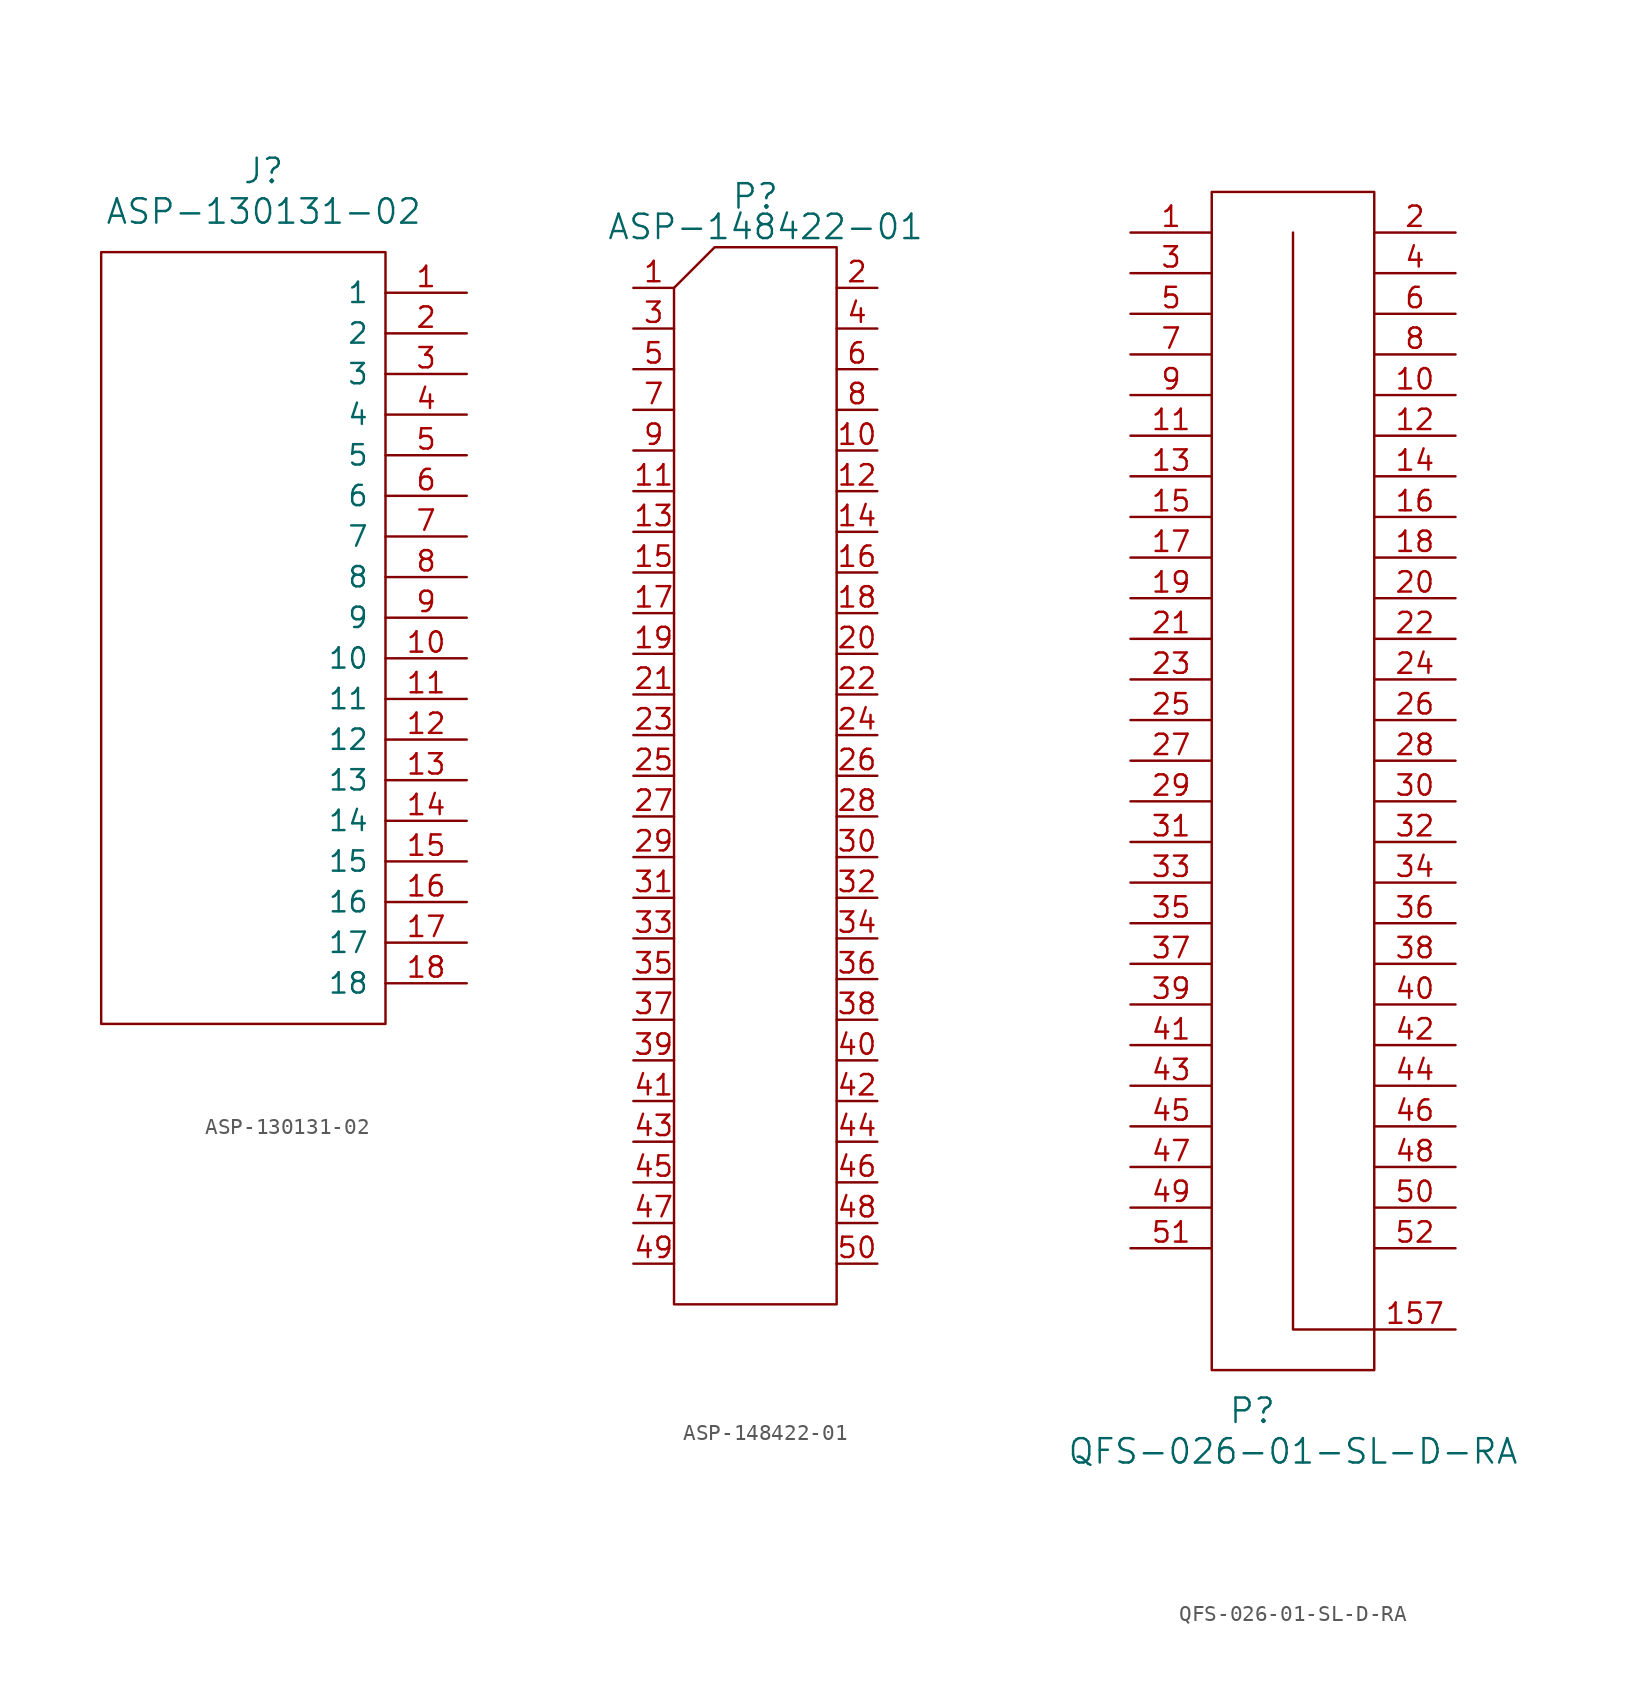
<source format=kicad_sym>
(kicad_symbol_lib
  (version 20220914)
  (generator kicad_symbol_editor)
  (symbol "ASP-130131-02"
    (pin_names
      (offset 1.016))
    (property "Reference" "J"
      (at 10.16 53.34 0)
      (effects (font (size 1.524 1.524))))
    (property "Value" "ASP-130131-02"
      (at 10.16 50.8 0)
      (effects (font (size 1.524 1.524))))
    (symbol "ASP-130131-02_0_1"
      (rectangle (start 0 0) (end 17.78 48.26) (stroke (width 0) (type solid)) (fill (type none))))
    (symbol "ASP-130131-02_1_1"
      (pin passive line (at 22.86 45.72 180) (length 5.08) (name "1" (effects (font (size 1.27 1.27)))) (number "1" (effects (font (size 1.27 1.27)))))
      (pin passive line (at 22.86 22.86 180) (length 5.08) (name "10" (effects (font (size 1.27 1.27)))) (number "10" (effects (font (size 1.27 1.27)))))
      (pin passive line (at 22.86 20.32 180) (length 5.08) (name "11" (effects (font (size 1.27 1.27)))) (number "11" (effects (font (size 1.27 1.27)))))
      (pin passive line (at 22.86 17.78 180) (length 5.08) (name "12" (effects (font (size 1.27 1.27)))) (number "12" (effects (font (size 1.27 1.27)))))
      (pin passive line (at 22.86 15.24 180) (length 5.08) (name "13" (effects (font (size 1.27 1.27)))) (number "13" (effects (font (size 1.27 1.27)))))
      (pin passive line (at 22.86 12.7 180) (length 5.08) (name "14" (effects (font (size 1.27 1.27)))) (number "14" (effects (font (size 1.27 1.27)))))
      (pin passive line (at 22.86 10.16 180) (length 5.08) (name "15" (effects (font (size 1.27 1.27)))) (number "15" (effects (font (size 1.27 1.27)))))
      (pin passive line (at 22.86 7.62 180) (length 5.08) (name "16" (effects (font (size 1.27 1.27)))) (number "16" (effects (font (size 1.27 1.27)))))
      (pin passive line (at 22.86 5.08 180) (length 5.08) (name "17" (effects (font (size 1.27 1.27)))) (number "17" (effects (font (size 1.27 1.27)))))
      (pin passive line (at 22.86 2.54 180) (length 5.08) (name "18" (effects (font (size 1.27 1.27)))) (number "18" (effects (font (size 1.27 1.27)))))
      (pin passive line (at 22.86 43.18 180) (length 5.08) (name "2" (effects (font (size 1.27 1.27)))) (number "2" (effects (font (size 1.27 1.27)))))
      (pin passive line (at 22.86 40.64 180) (length 5.08) (name "3" (effects (font (size 1.27 1.27)))) (number "3" (effects (font (size 1.27 1.27)))))
      (pin passive line (at 22.86 38.1 180) (length 5.08) (name "4" (effects (font (size 1.27 1.27)))) (number "4" (effects (font (size 1.27 1.27)))))
      (pin passive line (at 22.86 35.56 180) (length 5.08) (name "5" (effects (font (size 1.27 1.27)))) (number "5" (effects (font (size 1.27 1.27)))))
      (pin passive line (at 22.86 33.02 180) (length 5.08) (name "6" (effects (font (size 1.27 1.27)))) (number "6" (effects (font (size 1.27 1.27)))))
      (pin passive line (at 22.86 30.48 180) (length 5.08) (name "7" (effects (font (size 1.27 1.27)))) (number "7" (effects (font (size 1.27 1.27)))))
      (pin passive line (at 22.86 27.94 180) (length 5.08) (name "8" (effects (font (size 1.27 1.27)))) (number "8" (effects (font (size 1.27 1.27)))))
      (pin passive line (at 22.86 25.4 180) (length 5.08) (name "9" (effects (font (size 1.27 1.27)))) (number "9" (effects (font (size 1.27 1.27)))))))
  (symbol "ASP-148422-01"
    (pin_names
      (offset 1.016) hide)
    (property "Reference" "P"
      (at 5.08 69.215 0)
      (effects (font (size 1.524 1.524))))
    (property "Value" "ASP-148422-01"
      (at 5.715 67.31 0)
      (effects (font (size 1.524 1.524))))
    (symbol "ASP-148422-01_0_1"
      (polyline (pts (xy 0 2.54) (xy 0 0) (xy 10.16 0) (xy 10.16 66.04) (xy 2.54 66.04) (xy 0 63.5) (xy 0 2.54)) (stroke (width 0) (type solid)) (fill (type none))))
    (symbol "ASP-148422-01_1_1"
      (pin passive line (at -2.54 63.5 0) (length 2.54) (name "1" (effects (font (size 1.27 1.27)))) (number "1" (effects (font (size 1.27 1.27)))))
      (pin passive line (at 12.7 53.34 180) (length 2.54) (name "10" (effects (font (size 1.27 1.27)))) (number "10" (effects (font (size 1.27 1.27)))))
      (pin passive line (at -2.54 50.8 0) (length 2.54) (name "11" (effects (font (size 1.27 1.27)))) (number "11" (effects (font (size 1.27 1.27)))))
      (pin passive line (at 12.7 50.8 180) (length 2.54) (name "12" (effects (font (size 1.27 1.27)))) (number "12" (effects (font (size 1.27 1.27)))))
      (pin passive line (at -2.54 48.26 0) (length 2.54) (name "13" (effects (font (size 1.27 1.27)))) (number "13" (effects (font (size 1.27 1.27)))))
      (pin passive line (at 12.7 48.26 180) (length 2.54) (name "14" (effects (font (size 1.27 1.27)))) (number "14" (effects (font (size 1.27 1.27)))))
      (pin passive line (at -2.54 45.72 0) (length 2.54) (name "15" (effects (font (size 1.27 1.27)))) (number "15" (effects (font (size 1.27 1.27)))))
      (pin passive line (at 12.7 45.72 180) (length 2.54) (name "16" (effects (font (size 1.27 1.27)))) (number "16" (effects (font (size 1.27 1.27)))))
      (pin passive line (at -2.54 43.18 0) (length 2.54) (name "17" (effects (font (size 1.27 1.27)))) (number "17" (effects (font (size 1.27 1.27)))))
      (pin passive line (at 12.7 43.18 180) (length 2.54) (name "18" (effects (font (size 1.27 1.27)))) (number "18" (effects (font (size 1.27 1.27)))))
      (pin passive line (at -2.54 40.64 0) (length 2.54) (name "19" (effects (font (size 1.27 1.27)))) (number "19" (effects (font (size 1.27 1.27)))))
      (pin passive line (at 12.7 63.5 180) (length 2.54) (name "2" (effects (font (size 1.27 1.27)))) (number "2" (effects (font (size 1.27 1.27)))))
      (pin passive line (at 12.7 40.64 180) (length 2.54) (name "20" (effects (font (size 1.27 1.27)))) (number "20" (effects (font (size 1.27 1.27)))))
      (pin passive line (at -2.54 38.1 0) (length 2.54) (name "21" (effects (font (size 1.27 1.27)))) (number "21" (effects (font (size 1.27 1.27)))))
      (pin passive line (at 12.7 38.1 180) (length 2.54) (name "22" (effects (font (size 1.27 1.27)))) (number "22" (effects (font (size 1.27 1.27)))))
      (pin passive line (at -2.54 35.56 0) (length 2.54) (name "23" (effects (font (size 1.27 1.27)))) (number "23" (effects (font (size 1.27 1.27)))))
      (pin passive line (at 12.7 35.56 180) (length 2.54) (name "24" (effects (font (size 1.27 1.27)))) (number "24" (effects (font (size 1.27 1.27)))))
      (pin passive line (at -2.54 33.02 0) (length 2.54) (name "25" (effects (font (size 1.27 1.27)))) (number "25" (effects (font (size 1.27 1.27)))))
      (pin passive line (at 12.7 33.02 180) (length 2.54) (name "26" (effects (font (size 1.27 1.27)))) (number "26" (effects (font (size 1.27 1.27)))))
      (pin passive line (at -2.54 30.48 0) (length 2.54) (name "27" (effects (font (size 1.27 1.27)))) (number "27" (effects (font (size 1.27 1.27)))))
      (pin passive line (at 12.7 30.48 180) (length 2.54) (name "28" (effects (font (size 1.27 1.27)))) (number "28" (effects (font (size 1.27 1.27)))))
      (pin passive line (at -2.54 27.94 0) (length 2.54) (name "29" (effects (font (size 1.27 1.27)))) (number "29" (effects (font (size 1.27 1.27)))))
      (pin passive line (at -2.54 60.96 0) (length 2.54) (name "3" (effects (font (size 1.27 1.27)))) (number "3" (effects (font (size 1.27 1.27)))))
      (pin passive line (at 12.7 27.94 180) (length 2.54) (name "30" (effects (font (size 1.27 1.27)))) (number "30" (effects (font (size 1.27 1.27)))))
      (pin passive line (at -2.54 25.4 0) (length 2.54) (name "31" (effects (font (size 1.27 1.27)))) (number "31" (effects (font (size 1.27 1.27)))))
      (pin passive line (at 12.7 25.4 180) (length 2.54) (name "32" (effects (font (size 1.27 1.27)))) (number "32" (effects (font (size 1.27 1.27)))))
      (pin passive line (at -2.54 22.86 0) (length 2.54) (name "33" (effects (font (size 1.27 1.27)))) (number "33" (effects (font (size 1.27 1.27)))))
      (pin passive line (at 12.7 22.86 180) (length 2.54) (name "34" (effects (font (size 1.27 1.27)))) (number "34" (effects (font (size 1.27 1.27)))))
      (pin passive line (at -2.54 20.32 0) (length 2.54) (name "35" (effects (font (size 1.27 1.27)))) (number "35" (effects (font (size 1.27 1.27)))))
      (pin passive line (at 12.7 20.32 180) (length 2.54) (name "36" (effects (font (size 1.27 1.27)))) (number "36" (effects (font (size 1.27 1.27)))))
      (pin passive line (at -2.54 17.78 0) (length 2.54) (name "37" (effects (font (size 1.27 1.27)))) (number "37" (effects (font (size 1.27 1.27)))))
      (pin passive line (at 12.7 17.78 180) (length 2.54) (name "38" (effects (font (size 1.27 1.27)))) (number "38" (effects (font (size 1.27 1.27)))))
      (pin passive line (at -2.54 15.24 0) (length 2.54) (name "39" (effects (font (size 1.27 1.27)))) (number "39" (effects (font (size 1.27 1.27)))))
      (pin passive line (at 12.7 60.96 180) (length 2.54) (name "4" (effects (font (size 1.27 1.27)))) (number "4" (effects (font (size 1.27 1.27)))))
      (pin passive line (at 12.7 15.24 180) (length 2.54) (name "40" (effects (font (size 1.27 1.27)))) (number "40" (effects (font (size 1.27 1.27)))))
      (pin passive line (at -2.54 12.7 0) (length 2.54) (name "41" (effects (font (size 1.27 1.27)))) (number "41" (effects (font (size 1.27 1.27)))))
      (pin passive line (at 12.7 12.7 180) (length 2.54) (name "42" (effects (font (size 1.27 1.27)))) (number "42" (effects (font (size 1.27 1.27)))))
      (pin passive line (at -2.54 10.16 0) (length 2.54) (name "43" (effects (font (size 1.27 1.27)))) (number "43" (effects (font (size 1.27 1.27)))))
      (pin passive line (at 12.7 10.16 180) (length 2.54) (name "44" (effects (font (size 1.27 1.27)))) (number "44" (effects (font (size 1.27 1.27)))))
      (pin passive line (at -2.54 7.62 0) (length 2.54) (name "45" (effects (font (size 1.27 1.27)))) (number "45" (effects (font (size 1.27 1.27)))))
      (pin passive line (at 12.7 7.62 180) (length 2.54) (name "46" (effects (font (size 1.27 1.27)))) (number "46" (effects (font (size 1.27 1.27)))))
      (pin passive line (at -2.54 5.08 0) (length 2.54) (name "47" (effects (font (size 1.27 1.27)))) (number "47" (effects (font (size 1.27 1.27)))))
      (pin passive line (at 12.7 5.08 180) (length 2.54) (name "48" (effects (font (size 1.27 1.27)))) (number "48" (effects (font (size 1.27 1.27)))))
      (pin passive line (at -2.54 2.54 0) (length 2.54) (name "49" (effects (font (size 1.27 1.27)))) (number "49" (effects (font (size 1.27 1.27)))))
      (pin passive line (at -2.54 58.42 0) (length 2.54) (name "5" (effects (font (size 1.27 1.27)))) (number "5" (effects (font (size 1.27 1.27)))))
      (pin passive line (at 12.7 2.54 180) (length 2.54) (name "50" (effects (font (size 1.27 1.27)))) (number "50" (effects (font (size 1.27 1.27)))))
      (pin passive line (at 12.7 58.42 180) (length 2.54) (name "6" (effects (font (size 1.27 1.27)))) (number "6" (effects (font (size 1.27 1.27)))))
      (pin passive line (at -2.54 55.88 0) (length 2.54) (name "7" (effects (font (size 1.27 1.27)))) (number "7" (effects (font (size 1.27 1.27)))))
      (pin passive line (at 12.7 55.88 180) (length 2.54) (name "8" (effects (font (size 1.27 1.27)))) (number "8" (effects (font (size 1.27 1.27)))))
      (pin passive line (at -2.54 53.34 0) (length 2.54) (name "9" (effects (font (size 1.27 1.27)))) (number "9" (effects (font (size 1.27 1.27)))))))
  (symbol "QFS-026-01-SL-D-RA"
    (pin_names
      (offset 1.016) hide)
    (property "Reference" "P"
      (at 2.54 -2.54 0)
      (effects (font (size 1.524 1.524))))
    (property "Value" "QFS-026-01-SL-D-RA"
      (at 5.08 -5.08 0)
      (effects (font (size 1.524 1.524))))
    (symbol "QFS-026-01-SL-D-RA_0_1"
      (polyline (pts (xy 10.16 2.54) (xy 5.08 2.54) (xy 5.08 71.12)) (stroke (width 0) (type solid)) (fill (type none))))
    (symbol "QFS-026-01-SL-D-RA_1_1"
      (rectangle (start 0 73.66) (end 10.16 0) (stroke (width 0) (type solid)) (fill (type none)))
      (pin passive line (at -5.08 71.12 0) (length 5.08) (name "1" (effects (font (size 1.27 1.27)))) (number "1" (effects (font (size 1.27 1.27)))))
      (pin passive line (at 15.24 60.96 180) (length 5.08) (name "10" (effects (font (size 1.27 1.27)))) (number "10" (effects (font (size 1.27 1.27)))))
      (pin passive line (at -5.08 58.42 0) (length 5.08) (name "11" (effects (font (size 1.27 1.27)))) (number "11" (effects (font (size 1.27 1.27)))))
      (pin passive line (at 15.24 58.42 180) (length 5.08) (name "12" (effects (font (size 1.27 1.27)))) (number "12" (effects (font (size 1.27 1.27)))))
      (pin passive line (at -5.08 55.88 0) (length 5.08) (name "13" (effects (font (size 1.27 1.27)))) (number "13" (effects (font (size 1.27 1.27)))))
      (pin passive line (at 15.24 55.88 180) (length 5.08) (name "14" (effects (font (size 1.27 1.27)))) (number "14" (effects (font (size 1.27 1.27)))))
      (pin passive line (at -5.08 53.34 0) (length 5.08) (name "15" (effects (font (size 1.27 1.27)))) (number "15" (effects (font (size 1.27 1.27)))))
      (pin passive line (at 15.24 2.54 180) (length 5.08) (name "157" (effects (font (size 1.27 1.27)))) (number "157" (effects (font (size 1.27 1.27)))))
      (pin passive line (at 15.24 53.34 180) (length 5.08) (name "16" (effects (font (size 1.27 1.27)))) (number "16" (effects (font (size 1.27 1.27)))))
      (pin passive line (at -5.08 50.8 0) (length 5.08) (name "17" (effects (font (size 1.27 1.27)))) (number "17" (effects (font (size 1.27 1.27)))))
      (pin passive line (at 15.24 50.8 180) (length 5.08) (name "18" (effects (font (size 1.27 1.27)))) (number "18" (effects (font (size 1.27 1.27)))))
      (pin passive line (at -5.08 48.26 0) (length 5.08) (name "19" (effects (font (size 1.27 1.27)))) (number "19" (effects (font (size 1.27 1.27)))))
      (pin passive line (at 15.24 71.12 180) (length 5.08) (name "2" (effects (font (size 1.27 1.27)))) (number "2" (effects (font (size 1.27 1.27)))))
      (pin passive line (at 15.24 48.26 180) (length 5.08) (name "20" (effects (font (size 1.27 1.27)))) (number "20" (effects (font (size 1.27 1.27)))))
      (pin passive line (at -5.08 45.72 0) (length 5.08) (name "21" (effects (font (size 1.27 1.27)))) (number "21" (effects (font (size 1.27 1.27)))))
      (pin passive line (at 15.24 45.72 180) (length 5.08) (name "22" (effects (font (size 1.27 1.27)))) (number "22" (effects (font (size 1.27 1.27)))))
      (pin passive line (at -5.08 43.18 0) (length 5.08) (name "23" (effects (font (size 1.27 1.27)))) (number "23" (effects (font (size 1.27 1.27)))))
      (pin passive line (at 15.24 43.18 180) (length 5.08) (name "24" (effects (font (size 1.27 1.27)))) (number "24" (effects (font (size 1.27 1.27)))))
      (pin passive line (at -5.08 40.64 0) (length 5.08) (name "25" (effects (font (size 1.27 1.27)))) (number "25" (effects (font (size 1.27 1.27)))))
      (pin passive line (at 15.24 40.64 180) (length 5.08) (name "26" (effects (font (size 1.27 1.27)))) (number "26" (effects (font (size 1.27 1.27)))))
      (pin passive line (at -5.08 38.1 0) (length 5.08) (name "27" (effects (font (size 1.27 1.27)))) (number "27" (effects (font (size 1.27 1.27)))))
      (pin passive line (at 15.24 38.1 180) (length 5.08) (name "28" (effects (font (size 1.27 1.27)))) (number "28" (effects (font (size 1.27 1.27)))))
      (pin passive line (at -5.08 35.56 0) (length 5.08) (name "29" (effects (font (size 1.27 1.27)))) (number "29" (effects (font (size 1.27 1.27)))))
      (pin passive line (at -5.08 68.58 0) (length 5.08) (name "3" (effects (font (size 1.27 1.27)))) (number "3" (effects (font (size 1.27 1.27)))))
      (pin passive line (at 15.24 35.56 180) (length 5.08) (name "30" (effects (font (size 1.27 1.27)))) (number "30" (effects (font (size 1.27 1.27)))))
      (pin passive line (at -5.08 33.02 0) (length 5.08) (name "31" (effects (font (size 1.27 1.27)))) (number "31" (effects (font (size 1.27 1.27)))))
      (pin passive line (at 15.24 33.02 180) (length 5.08) (name "32" (effects (font (size 1.27 1.27)))) (number "32" (effects (font (size 1.27 1.27)))))
      (pin passive line (at -5.08 30.48 0) (length 5.08) (name "33" (effects (font (size 1.27 1.27)))) (number "33" (effects (font (size 1.27 1.27)))))
      (pin passive line (at 15.24 30.48 180) (length 5.08) (name "34" (effects (font (size 1.27 1.27)))) (number "34" (effects (font (size 1.27 1.27)))))
      (pin passive line (at -5.08 27.94 0) (length 5.08) (name "35" (effects (font (size 1.27 1.27)))) (number "35" (effects (font (size 1.27 1.27)))))
      (pin passive line (at 15.24 27.94 180) (length 5.08) (name "36" (effects (font (size 1.27 1.27)))) (number "36" (effects (font (size 1.27 1.27)))))
      (pin passive line (at -5.08 25.4 0) (length 5.08) (name "37" (effects (font (size 1.27 1.27)))) (number "37" (effects (font (size 1.27 1.27)))))
      (pin passive line (at 15.24 25.4 180) (length 5.08) (name "38" (effects (font (size 1.27 1.27)))) (number "38" (effects (font (size 1.27 1.27)))))
      (pin passive line (at -5.08 22.86 0) (length 5.08) (name "39" (effects (font (size 1.27 1.27)))) (number "39" (effects (font (size 1.27 1.27)))))
      (pin passive line (at 15.24 68.58 180) (length 5.08) (name "4" (effects (font (size 1.27 1.27)))) (number "4" (effects (font (size 1.27 1.27)))))
      (pin passive line (at 15.24 22.86 180) (length 5.08) (name "40" (effects (font (size 1.27 1.27)))) (number "40" (effects (font (size 1.27 1.27)))))
      (pin passive line (at -5.08 20.32 0) (length 5.08) (name "41" (effects (font (size 1.27 1.27)))) (number "41" (effects (font (size 1.27 1.27)))))
      (pin passive line (at 15.24 20.32 180) (length 5.08) (name "42" (effects (font (size 1.27 1.27)))) (number "42" (effects (font (size 1.27 1.27)))))
      (pin passive line (at -5.08 17.78 0) (length 5.08) (name "43" (effects (font (size 1.27 1.27)))) (number "43" (effects (font (size 1.27 1.27)))))
      (pin passive line (at 15.24 17.78 180) (length 5.08) (name "44" (effects (font (size 1.27 1.27)))) (number "44" (effects (font (size 1.27 1.27)))))
      (pin passive line (at -5.08 15.24 0) (length 5.08) (name "45" (effects (font (size 1.27 1.27)))) (number "45" (effects (font (size 1.27 1.27)))))
      (pin passive line (at 15.24 15.24 180) (length 5.08) (name "46" (effects (font (size 1.27 1.27)))) (number "46" (effects (font (size 1.27 1.27)))))
      (pin passive line (at -5.08 12.7 0) (length 5.08) (name "47" (effects (font (size 1.27 1.27)))) (number "47" (effects (font (size 1.27 1.27)))))
      (pin passive line (at 15.24 12.7 180) (length 5.08) (name "48" (effects (font (size 1.27 1.27)))) (number "48" (effects (font (size 1.27 1.27)))))
      (pin passive line (at -5.08 10.16 0) (length 5.08) (name "49" (effects (font (size 1.27 1.27)))) (number "49" (effects (font (size 1.27 1.27)))))
      (pin passive line (at -5.08 66.04 0) (length 5.08) (name "5" (effects (font (size 1.27 1.27)))) (number "5" (effects (font (size 1.27 1.27)))))
      (pin passive line (at 15.24 10.16 180) (length 5.08) (name "50" (effects (font (size 1.27 1.27)))) (number "50" (effects (font (size 1.27 1.27)))))
      (pin passive line (at -5.08 7.62 0) (length 5.08) (name "51" (effects (font (size 1.27 1.27)))) (number "51" (effects (font (size 1.27 1.27)))))
      (pin passive line (at 15.24 7.62 180) (length 5.08) (name "52" (effects (font (size 1.27 1.27)))) (number "52" (effects (font (size 1.27 1.27)))))
      (pin passive line (at 15.24 66.04 180) (length 5.08) (name "6" (effects (font (size 1.27 1.27)))) (number "6" (effects (font (size 1.27 1.27)))))
      (pin passive line (at -5.08 63.5 0) (length 5.08) (name "7" (effects (font (size 1.27 1.27)))) (number "7" (effects (font (size 1.27 1.27)))))
      (pin passive line (at 15.24 63.5 180) (length 5.08) (name "8" (effects (font (size 1.27 1.27)))) (number "8" (effects (font (size 1.27 1.27)))))
      (pin passive line (at -5.08 60.96 0) (length 5.08) (name "9" (effects (font (size 1.27 1.27)))) (number "9" (effects (font (size 1.27 1.27))))))))
</source>
